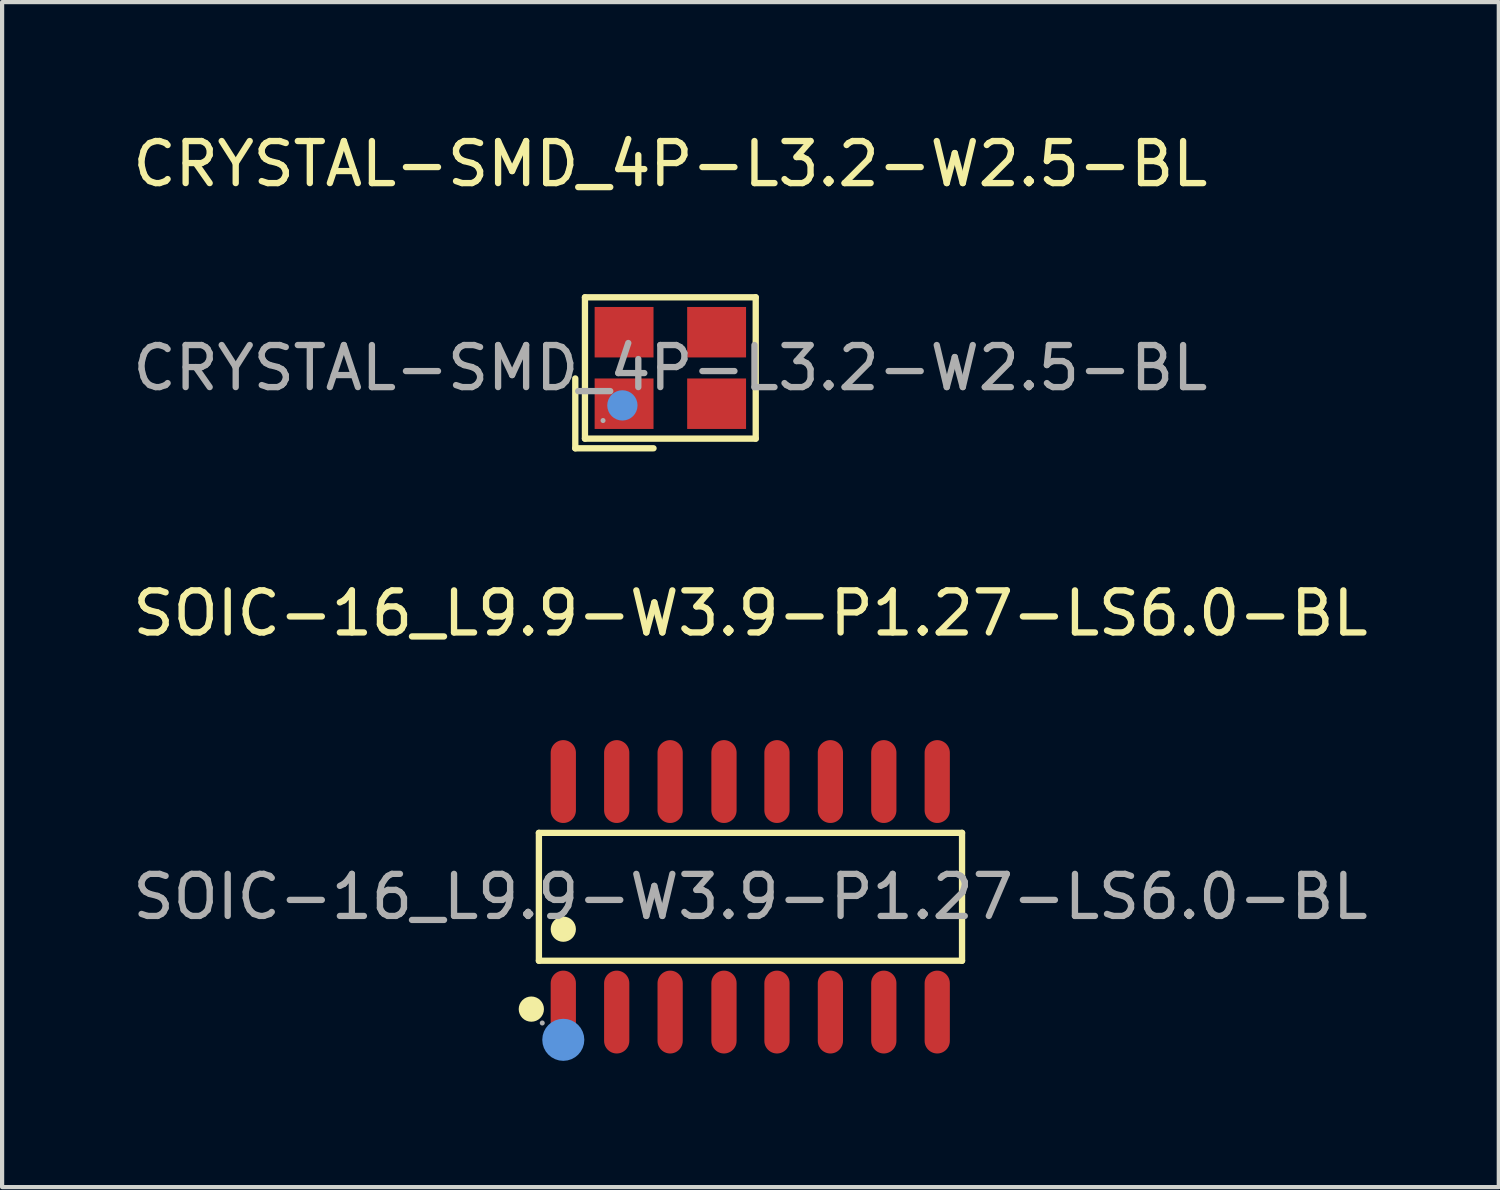
<source format=kicad_pcb>
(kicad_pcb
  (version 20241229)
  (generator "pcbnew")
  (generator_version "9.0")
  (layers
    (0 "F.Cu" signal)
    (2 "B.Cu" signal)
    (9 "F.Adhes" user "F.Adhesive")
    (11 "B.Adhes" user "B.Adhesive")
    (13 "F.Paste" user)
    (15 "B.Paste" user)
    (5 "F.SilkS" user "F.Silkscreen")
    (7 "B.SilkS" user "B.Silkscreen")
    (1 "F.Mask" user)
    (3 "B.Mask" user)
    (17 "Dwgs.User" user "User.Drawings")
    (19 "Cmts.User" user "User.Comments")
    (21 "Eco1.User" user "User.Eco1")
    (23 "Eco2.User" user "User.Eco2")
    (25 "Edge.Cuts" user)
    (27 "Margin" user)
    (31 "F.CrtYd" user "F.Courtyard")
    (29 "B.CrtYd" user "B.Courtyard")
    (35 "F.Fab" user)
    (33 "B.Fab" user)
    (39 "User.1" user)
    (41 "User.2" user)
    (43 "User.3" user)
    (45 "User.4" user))
  (footprint "CRYSTAL-SMD_4P-L3.2-W2.5-BL"
    (layer "F.Cu")
    (at 12.887 5.698)
    (property "Reference" "CRYSTAL-SMD_4P-L3.2-W2.5-BL" (at 0 -4.85 0) (layer "F.SilkS") (effects (font (size 1 1) (thickness 0.15))))
    (attr through_hole)
    (fp_line (start -2.26 0.25) (end -2.26 1.91) (stroke (width 0.15) (type solid)) (layer "F.SilkS"))
    (fp_line (start -2.26 1.91) (end -0.4 1.91) (stroke (width 0.15) (type solid)) (layer "F.SilkS"))
    (fp_line (start -2.03 -1.68) (end 2.03 -1.68) (stroke (width 0.15) (type solid)) (layer "F.SilkS"))
    (fp_line (start -2.03 1.68) (end -2.03 -1.68) (stroke (width 0.15) (type solid)) (layer "F.SilkS"))
    (fp_line (start 2.03 -1.68) (end 2.03 1.68) (stroke (width 0.15) (type solid)) (layer "F.SilkS"))
    (fp_line (start 2.03 1.68) (end -2.03 1.68) (stroke (width 0.15) (type solid)) (layer "F.SilkS"))
    (fp_circle (center -1.14 0.89) (end -0.96 0.89) (stroke (width 0.36) (type solid)) (fill no) (layer "Cmts.User"))
    (fp_circle (center -1.6 1.25) (end -1.57 1.25) (stroke (width 0.06) (type solid)) (fill no) (layer "F.Fab"))
    (fp_text user "${REFERENCE}" (at 0 0 0) (layer "F.Fab") (effects (font (size 1 1) (thickness 0.15))))
    (pad "1" smd rect (at -1.1 0.85) (size 1.4 1.2) (layers "F.Cu" "F.Mask" "F.Paste"))
    (pad "2" smd rect (at 1.1 0.85) (size 1.4 1.2) (layers "F.Cu" "F.Mask" "F.Paste"))
    (pad "3" smd rect (at 1.1 -0.85) (size 1.4 1.2) (layers "F.Cu" "F.Mask" "F.Paste"))
    (pad "4" smd rect (at -1.1 -0.85) (size 1.4 1.2) (layers "F.Cu" "F.Mask" "F.Paste")))
  (footprint "SOIC-16_L9.9-W3.9-P1.27-LS6.0-BL"
    (layer "F.Cu")
    (at 14.792 18.271)
    (property "Reference" "SOIC-16_L9.9-W3.9-P1.27-LS6.0-BL" (at 0 -6.74 0) (layer "F.SilkS") (effects (font (size 1 1) (thickness 0.15))))
    (attr smd)
    (fp_line (start -5.03 -1.52) (end 5.03 -1.52) (stroke (width 0.15) (type solid)) (layer "F.SilkS"))
    (fp_line (start -5.03 1.52) (end -5.03 -1.52) (stroke (width 0.15) (type solid)) (layer "F.SilkS"))
    (fp_line (start 5.03 -1.52) (end 5.03 1.52) (stroke (width 0.15) (type solid)) (layer "F.SilkS"))
    (fp_line (start 5.03 1.52) (end -5.03 1.52) (stroke (width 0.15) (type solid)) (layer "F.SilkS"))
    (fp_circle (center -5.21 2.67) (end -5.06 2.67) (stroke (width 0.3) (type solid)) (fill no) (layer "F.SilkS"))
    (fp_circle (center -4.45 0.77) (end -4.3 0.77) (stroke (width 0.3) (type solid)) (fill no) (layer "F.SilkS"))
    (fp_circle (center -4.45 3.4) (end -4.2 3.4) (stroke (width 0.5) (type solid)) (fill no) (layer "Cmts.User"))
    (fp_circle (center -4.95 3) (end -4.92 3) (stroke (width 0.06) (type solid)) (fill no) (layer "F.Fab"))
    (fp_text user "${REFERENCE}" (at 0 0 0) (layer "F.Fab") (effects (font (size 1 1) (thickness 0.15))))
    (pad "1" smd oval (at -4.45 2.74) (size 0.6 1.97) (layers "F.Cu" "F.Mask" "F.Paste"))
    (pad "2" smd oval (at -3.18 2.74) (size 0.6 1.97) (layers "F.Cu" "F.Mask" "F.Paste"))
    (pad "3" smd oval (at -1.91 2.74) (size 0.6 1.97) (layers "F.Cu" "F.Mask" "F.Paste"))
    (pad "4" smd oval (at -0.63 2.74) (size 0.6 1.97) (layers "F.Cu" "F.Mask" "F.Paste"))
    (pad "5" smd oval (at 0.63 2.74) (size 0.6 1.97) (layers "F.Cu" "F.Mask" "F.Paste"))
    (pad "6" smd oval (at 1.9 2.74) (size 0.6 1.97) (layers "F.Cu" "F.Mask" "F.Paste"))
    (pad "7" smd oval (at 3.17 2.74) (size 0.6 1.97) (layers "F.Cu" "F.Mask" "F.Paste"))
    (pad "8" smd oval (at 4.44 2.74) (size 0.6 1.97) (layers "F.Cu" "F.Mask" "F.Paste"))
    (pad "9" smd oval (at 4.44 -2.74) (size 0.6 1.97) (layers "F.Cu" "F.Mask" "F.Paste"))
    (pad "10" smd oval (at 3.17 -2.74) (size 0.6 1.97) (layers "F.Cu" "F.Mask" "F.Paste"))
    (pad "11" smd oval (at 1.9 -2.74) (size 0.6 1.97) (layers "F.Cu" "F.Mask" "F.Paste"))
    (pad "12" smd oval (at 0.63 -2.74) (size 0.6 1.97) (layers "F.Cu" "F.Mask" "F.Paste"))
    (pad "13" smd oval (at -0.63 -2.74) (size 0.6 1.97) (layers "F.Cu" "F.Mask" "F.Paste"))
    (pad "14" smd oval (at -1.91 -2.74) (size 0.6 1.97) (layers "F.Cu" "F.Mask" "F.Paste"))
    (pad "15" smd oval (at -3.18 -2.74) (size 0.6 1.97) (layers "F.Cu" "F.Mask" "F.Paste"))
    (pad "16" smd oval (at -4.45 -2.74) (size 0.6 1.97) (layers "F.Cu" "F.Mask" "F.Paste")))
  (gr_rect
    (start -3 -3)
    (end 32.583 25.172)
    (stroke (width 0.1) (type default))
    (fill no)
    (layer "Edge.Cuts")))
</source>
